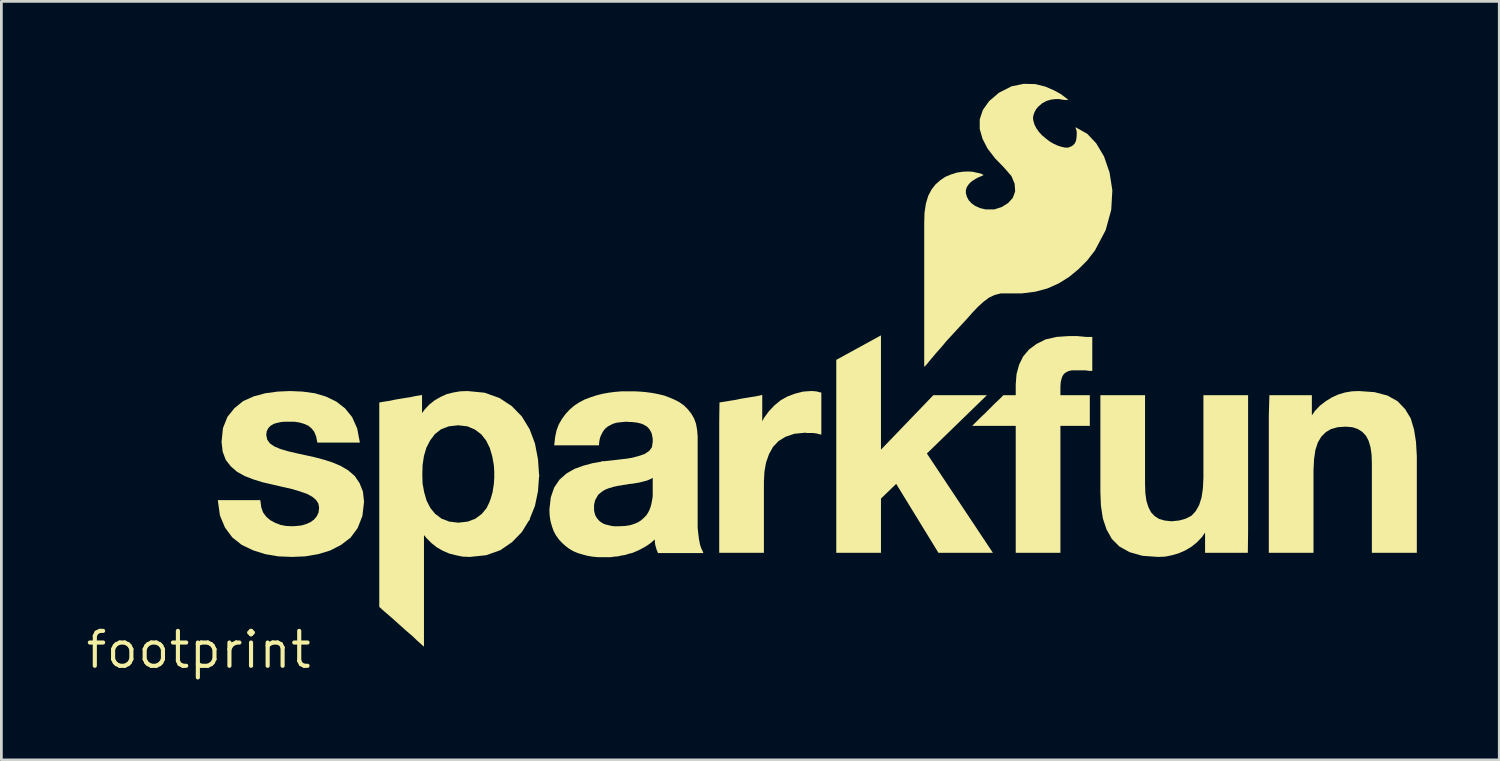
<source format=kicad_pcb>
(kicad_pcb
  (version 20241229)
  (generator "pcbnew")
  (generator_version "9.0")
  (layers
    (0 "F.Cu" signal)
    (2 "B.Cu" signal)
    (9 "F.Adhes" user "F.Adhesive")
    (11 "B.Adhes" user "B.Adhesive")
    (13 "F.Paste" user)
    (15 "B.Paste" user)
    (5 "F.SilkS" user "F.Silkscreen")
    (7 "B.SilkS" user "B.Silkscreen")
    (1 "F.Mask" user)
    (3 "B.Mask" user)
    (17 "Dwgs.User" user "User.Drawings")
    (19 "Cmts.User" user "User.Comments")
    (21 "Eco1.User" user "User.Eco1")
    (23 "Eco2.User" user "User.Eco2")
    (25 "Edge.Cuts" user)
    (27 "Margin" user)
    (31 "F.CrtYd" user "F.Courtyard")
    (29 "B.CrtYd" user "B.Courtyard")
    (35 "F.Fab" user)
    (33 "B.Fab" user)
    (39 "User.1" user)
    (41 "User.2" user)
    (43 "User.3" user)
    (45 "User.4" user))
  (footprint "footprint"
    (layer "F.Cu")
    (at 4.18 20.598)
    (property "Reference" "footprint" (at 0 0 0) (layer "F.SilkS") (effects (font (size 1.27 1.27) (thickness 0.15))))
    (fp_poly (pts (xy 12.391 -6.377) (xy 12.348 -5.775) (xy 12.237 -5.239) (xy 12.02 -4.698) (xy 10.594 -5.39) (xy 10.693 -5.728) (xy 10.742 -6.044) (xy 10.764 -6.419)) (stroke (width 0) (type solid)) (fill yes) (layer "F.SilkS"))
    (fp_poly (pts (xy 24.828 -7.285) (xy 26.734 -9.268) (xy 28.684 -9.268) (xy 26.499 -7.145) (xy 28.901 -3.532) (xy 26.919 -3.532) (xy 25.382 -6.04) (xy 24.828 -5.504) (xy 24.828 -3.532) (xy 23.202 -3.532) (xy 23.202 -10.553) (xy 24.828 -11.444)) (stroke (width 0) (type solid)) (fill yes) (layer "F.SilkS"))
    (fp_poly (pts (xy 15.956 -6.081) (xy 15.826 -6.052) (xy 15.734 -6.042) (xy 15.646 -6.032) (xy 15.546 -6.012) (xy 15.456 -6.002) (xy 15.366 -5.982) (xy 15.276 -5.972) (xy 15.099 -5.933) (xy 14.985 -5.905) (xy 14.658 -6.853) (xy 15.066 -6.898) (xy 15.405 -6.938) (xy 15.749 -6.982)) (stroke (width 0) (type solid)) (fill yes) (layer "F.SilkS"))
    (fp_poly (pts (xy 32.084 -11.408) (xy 32.184 -11.398) (xy 32.282 -11.388) (xy 32.518 -11.388) (xy 32.518 -10.152) (xy 32.407 -10.152) (xy 32.335 -10.162) (xy 32.267 -10.172) (xy 31.774 -10.172) (xy 31.653 -10.144) (xy 31.56 -10.097) (xy 31.488 -10.043) (xy 31.434 -9.963) (xy 31.397 -9.859) (xy 31.368 -9.725) (xy 31.358 -9.569) (xy 31.358 -9.268) (xy 32.428 -9.268) (xy 32.428 -8.152) (xy 31.358 -8.152) (xy 31.358 -3.532) (xy 29.732 -3.532) (xy 29.732 -8.152) (xy 28.148 -8.152) (xy 28.474 -8.477) (xy 28.614 -8.607) (xy 29.004 -8.997) (xy 29.144 -9.127) (xy 29.284 -9.268) (xy 29.732 -9.268) (xy 29.732 -9.662) (xy 29.762 -10.037) (xy 29.854 -10.373) (xy 29.998 -10.671) (xy 30.214 -10.928) (xy 30.49 -11.133) (xy 30.817 -11.296) (xy 31.214 -11.388) (xy 31.659 -11.418) (xy 31.972 -11.418)) (stroke (width 0) (type solid)) (fill yes) (layer "F.SilkS"))
    (fp_poly (pts (xy 22.424 -9.408) (xy 22.465 -9.408) (xy 22.509 -9.397) (xy 22.589 -9.377) (xy 22.658 -9.36) (xy 22.658 -7.834) (xy 22.561 -7.853) (xy 22.492 -7.873) (xy 22.357 -7.892) (xy 22.137 -7.892) (xy 22.069 -7.902) (xy 21.678 -7.863) (xy 21.356 -7.755) (xy 21.104 -7.6) (xy 20.901 -7.387) (xy 20.755 -7.124) (xy 20.647 -6.82) (xy 20.588 -6.486) (xy 20.568 -6.119) (xy 20.568 -3.532) (xy 18.942 -3.532) (xy 18.942 -8.29) (xy 18.952 -9.003) (xy 19.174 -9.038) (xy 19.354 -9.068) (xy 19.543 -9.097) (xy 19.723 -9.137) (xy 19.914 -9.168) (xy 20.094 -9.198) (xy 20.283 -9.227) (xy 20.508 -9.277) (xy 20.508 -8.317) (xy 20.578 -8.45) (xy 20.751 -8.685) (xy 20.954 -8.898) (xy 21.178 -9.082) (xy 21.434 -9.225) (xy 21.709 -9.326) (xy 21.994 -9.398) (xy 22.279 -9.418) (xy 22.374 -9.418)) (stroke (width 0) (type solid)) (fill yes) (layer "F.SilkS"))
    (fp_poly (pts (xy 34.438 -6.031) (xy 34.448 -5.713) (xy 34.487 -5.428) (xy 34.556 -5.204) (xy 34.652 -5.012) (xy 34.785 -4.869) (xy 34.946 -4.765) (xy 35.147 -4.707) (xy 35.4 -4.678) (xy 35.683 -4.708) (xy 35.926 -4.776) (xy 36.127 -4.881) (xy 36.279 -5.043) (xy 36.405 -5.265) (xy 36.493 -5.539) (xy 36.542 -5.864) (xy 36.562 -6.261) (xy 36.562 -9.268) (xy 38.188 -9.268) (xy 38.188 -4.28) (xy 38.178 -3.532) (xy 36.622 -3.532) (xy 36.622 -4.267) (xy 36.51 -4.106) (xy 36.326 -3.912) (xy 36.122 -3.749) (xy 35.897 -3.616) (xy 35.663 -3.514) (xy 35.419 -3.443) (xy 35.165 -3.392) (xy 34.909 -3.382) (xy 34.343 -3.422) (xy 33.875 -3.555) (xy 33.507 -3.759) (xy 33.229 -4.037) (xy 33.035 -4.385) (xy 32.903 -4.781) (xy 32.832 -5.246) (xy 32.812 -5.749) (xy 32.812 -9.268) (xy 34.438 -9.268)) (stroke (width 0) (type solid)) (fill yes) (layer "F.SilkS"))
    (fp_poly (pts (xy 42.786 -9.378) (xy 43.254 -9.256) (xy 43.623 -9.051) (xy 43.9 -8.763) (xy 44.105 -8.426) (xy 44.227 -8.018) (xy 44.298 -7.564) (xy 44.328 -7.051) (xy 44.328 -3.532) (xy 42.692 -3.532) (xy 42.692 -6.769) (xy 42.682 -7.097) (xy 42.643 -7.372) (xy 42.574 -7.606) (xy 42.479 -7.788) (xy 42.345 -7.931) (xy 42.183 -8.035) (xy 41.982 -8.102) (xy 41.74 -8.122) (xy 41.446 -8.102) (xy 41.205 -8.035) (xy 41.014 -7.92) (xy 40.85 -7.756) (xy 40.725 -7.544) (xy 40.637 -7.271) (xy 40.588 -6.936) (xy 40.568 -6.539) (xy 40.568 -3.532) (xy 38.942 -3.532) (xy 38.942 -8.521) (xy 38.963 -9.268) (xy 40.508 -9.268) (xy 40.508 -8.533) (xy 40.62 -8.694) (xy 40.804 -8.888) (xy 41.018 -9.051) (xy 41.232 -9.184) (xy 41.477 -9.296) (xy 41.722 -9.367) (xy 41.966 -9.408) (xy 42.221 -9.418)) (stroke (width 0) (type solid)) (fill yes) (layer "F.SilkS"))
    (fp_poly (pts (xy 10.408 -9.357) (xy 10.947 -9.164) (xy 11.394 -8.87) (xy 11.76 -8.493) (xy 12.044 -8.027) (xy 12.237 -7.51) (xy 12.348 -6.935) (xy 12.391 -6.301) (xy 10.764 -6.343) (xy 10.742 -6.715) (xy 10.683 -7.041) (xy 10.594 -7.346) (xy 10.458 -7.62) (xy 10.283 -7.843) (xy 10.051 -8.017) (xy 9.78 -8.133) (xy 9.44 -8.172) (xy 9.099 -8.133) (xy 8.819 -8.026) (xy 8.597 -7.853) (xy 8.422 -7.62) (xy 8.286 -7.356) (xy 8.197 -7.052) (xy 8.148 -6.727) (xy 8.138 -6.38) (xy 8.148 -6.044) (xy 8.207 -5.729) (xy 8.296 -5.424) (xy 8.432 -5.161) (xy 8.607 -4.948) (xy 8.839 -4.774) (xy 9.119 -4.667) (xy 9.45 -4.628) (xy 9.791 -4.667) (xy 10.071 -4.774) (xy 10.303 -4.948) (xy 10.478 -5.161) (xy 10.622 -5.461) (xy 12.054 -4.766) (xy 11.76 -4.286) (xy 11.405 -3.921) (xy 10.977 -3.626) (xy 10.458 -3.443) (xy 9.871 -3.382) (xy 9.605 -3.392) (xy 9.361 -3.443) (xy 9.118 -3.504) (xy 8.883 -3.606) (xy 8.669 -3.728) (xy 8.475 -3.881) (xy 8.302 -4.054) (xy 8.198 -4.177) (xy 8.198 -0.115) (xy 7.944 -0.342) (xy 7.755 -0.522) (xy 7.555 -0.691) (xy 7.365 -0.862) (xy 7.165 -1.042) (xy 6.975 -1.211) (xy 6.775 -1.381) (xy 6.572 -1.563) (xy 6.572 -9.002) (xy 6.784 -9.038) (xy 6.973 -9.067) (xy 7.153 -9.107) (xy 7.344 -9.138) (xy 7.524 -9.168) (xy 7.713 -9.197) (xy 7.893 -9.237) (xy 8.128 -9.275) (xy 8.128 -8.615) (xy 8.221 -8.744) (xy 8.394 -8.928) (xy 8.589 -9.082) (xy 8.803 -9.204) (xy 9.027 -9.306) (xy 9.272 -9.367) (xy 9.516 -9.408) (xy 9.781 -9.418)) (stroke (width 0) (type solid)) (fill yes) (layer "F.SilkS"))
    (fp_poly (pts (xy 3.783 -9.398) (xy 4.228 -9.337) (xy 4.634 -9.216) (xy 5.01 -9.033) (xy 5.327 -8.787) (xy 5.583 -8.47) (xy 5.767 -8.062) (xy 5.866 -7.542) (xy 4.319 -7.542) (xy 4.273 -7.769) (xy 4.207 -7.931) (xy 4.112 -8.054) (xy 3.99 -8.157) (xy 3.837 -8.224) (xy 3.672 -8.273) (xy 3.487 -8.302) (xy 3.151 -8.302) (xy 3.005 -8.292) (xy 2.869 -8.263) (xy 2.735 -8.225) (xy 2.623 -8.16) (xy 2.541 -8.077) (xy 2.477 -7.958) (xy 2.459 -7.821) (xy 2.496 -7.646) (xy 2.597 -7.508) (xy 2.768 -7.394) (xy 2.983 -7.306) (xy 3.25 -7.227) (xy 3.548 -7.157) (xy 3.868 -7.087) (xy 4.189 -7.017) (xy 4.531 -6.927) (xy 4.853 -6.826) (xy 5.167 -6.694) (xy 5.442 -6.531) (xy 5.679 -6.326) (xy 5.854 -6.068) (xy 5.977 -5.759) (xy 6.018 -5.39) (xy 5.957 -4.871) (xy 5.784 -4.431) (xy 5.527 -4.083) (xy 5.18 -3.818) (xy 4.784 -3.615) (xy 4.349 -3.483) (xy 3.874 -3.402) (xy 3.39 -3.382) (xy 2.896 -3.402) (xy 2.421 -3.483) (xy 1.976 -3.624) (xy 1.57 -3.817) (xy 1.222 -4.093) (xy 0.957 -4.451) (xy 0.773 -4.89) (xy 0.696 -5.448) (xy 2.243 -5.448) (xy 2.277 -5.189) (xy 2.344 -4.998) (xy 2.458 -4.846) (xy 2.602 -4.721) (xy 2.776 -4.625) (xy 2.98 -4.547) (xy 3.184 -4.508) (xy 3.41 -4.498) (xy 3.567 -4.508) (xy 3.742 -4.527) (xy 3.907 -4.576) (xy 4.061 -4.643) (xy 4.194 -4.738) (xy 4.298 -4.861) (xy 4.363 -5) (xy 4.382 -5.178) (xy 4.354 -5.326) (xy 4.271 -5.455) (xy 4.138 -5.569) (xy 3.944 -5.675) (xy 3.688 -5.764) (xy 3.39 -5.853) (xy 3.041 -5.933) (xy 2.651 -6.023) (xy 2.31 -6.103) (xy 1.987 -6.204) (xy 1.674 -6.325) (xy 1.398 -6.479) (xy 1.172 -6.674) (xy 0.986 -6.911) (xy 0.873 -7.211) (xy 0.832 -7.57) (xy 0.883 -8.069) (xy 1.047 -8.479) (xy 1.303 -8.797) (xy 1.62 -9.053) (xy 2.007 -9.226) (xy 2.422 -9.337) (xy 2.867 -9.398) (xy 3.33 -9.418)) (stroke (width 0) (type solid)) (fill yes) (layer "F.SilkS"))
    (fp_poly (pts (xy 30.445 -20.588) (xy 30.812 -20.496) (xy 31.117 -20.364) (xy 31.36 -20.232) (xy 31.513 -20.12) (xy 31.649 -20.012) (xy 31.508 -20.012) (xy 31.424 -20.022) (xy 31.317 -20.042) (xy 31.172 -20.042) (xy 31.018 -20.023) (xy 30.854 -19.975) (xy 30.692 -19.888) (xy 30.548 -19.763) (xy 30.472 -19.669) (xy 30.415 -19.564) (xy 30.377 -19.46) (xy 30.359 -19.35) (xy 30.377 -19.239) (xy 30.415 -19.114) (xy 30.483 -18.98) (xy 30.58 -18.844) (xy 30.686 -18.728) (xy 30.814 -18.62) (xy 30.952 -18.511) (xy 31.098 -18.424) (xy 31.244 -18.355) (xy 31.39 -18.307) (xy 31.524 -18.278) (xy 31.643 -18.278) (xy 31.78 -18.333) (xy 31.87 -18.414) (xy 31.923 -18.513) (xy 31.942 -18.625) (xy 31.952 -18.742) (xy 31.952 -18.837) (xy 31.943 -18.901) (xy 31.903 -19.021) (xy 32.334 -18.78) (xy 32.661 -18.433) (xy 32.945 -17.956) (xy 33.147 -17.369) (xy 33.248 -16.722) (xy 33.208 -16.014) (xy 33.006 -15.276) (xy 32.612 -14.529) (xy 32.329 -14.165) (xy 32.016 -13.852) (xy 31.672 -13.569) (xy 31.298 -13.336) (xy 30.893 -13.154) (xy 30.447 -13.033) (xy 29.962 -12.972) (xy 29.195 -12.972) (xy 28.963 -12.914) (xy 28.76 -12.817) (xy 28.564 -12.671) (xy 28.367 -12.493) (xy 28.158 -12.274) (xy 27.928 -12.014) (xy 27.668 -11.734) (xy 27.209 -11.235) (xy 27.009 -10.995) (xy 26.829 -10.795) (xy 26.679 -10.615) (xy 26.57 -10.486) (xy 26.499 -10.395) (xy 26.402 -10.298) (xy 26.402 -15.521) (xy 26.412 -15.903) (xy 26.463 -16.238) (xy 26.545 -16.514) (xy 26.668 -16.751) (xy 26.812 -16.936) (xy 26.987 -17.09) (xy 27.172 -17.214) (xy 27.367 -17.296) (xy 27.591 -17.367) (xy 27.796 -17.398) (xy 27.99 -17.408) (xy 28.165 -17.398) (xy 28.298 -17.367) (xy 28.399 -17.347) (xy 28.474 -17.326) (xy 28.565 -17.28) (xy 28.476 -17.235) (xy 28.425 -17.215) (xy 28.357 -17.186) (xy 28.269 -17.137) (xy 28.172 -17.079) (xy 28.086 -17.012) (xy 28.01 -16.927) (xy 27.955 -16.843) (xy 27.918 -16.734) (xy 27.918 -16.615) (xy 27.956 -16.484) (xy 28.021 -16.362) (xy 28.125 -16.249) (xy 28.259 -16.153) (xy 28.432 -16.076) (xy 28.634 -16.028) (xy 28.954 -16.028) (xy 29.224 -16.115) (xy 29.455 -16.259) (xy 29.627 -16.45) (xy 29.711 -16.685) (xy 29.692 -16.961) (xy 29.577 -17.24) (xy 29.312 -17.544) (xy 28.981 -17.885) (xy 28.708 -18.239) (xy 28.524 -18.596) (xy 28.422 -18.955) (xy 28.422 -19.306) (xy 28.536 -19.647) (xy 28.762 -19.966) (xy 29.119 -20.272) (xy 29.577 -20.506) (xy 30.027 -20.598)) (stroke (width 0) (type solid)) (fill yes) (layer "F.SilkS"))
    (fp_poly (pts (xy 16.063 -9.398) (xy 16.284 -9.378) (xy 16.506 -9.348) (xy 16.718 -9.307) (xy 16.931 -9.257) (xy 17.124 -9.185) (xy 17.316 -9.104) (xy 17.49 -9.013) (xy 17.654 -8.899) (xy 17.798 -8.755) (xy 17.921 -8.602) (xy 18.025 -8.426) (xy 18.097 -8.23) (xy 18.138 -8.005) (xy 18.158 -7.762) (xy 18.158 -4.442) (xy 18.168 -4.344) (xy 18.178 -4.254) (xy 18.188 -4.174) (xy 18.198 -4.084) (xy 18.208 -4.007) (xy 18.227 -3.927) (xy 18.237 -3.858) (xy 18.256 -3.791) (xy 18.295 -3.676) (xy 18.324 -3.627) (xy 18.366 -3.522) (xy 16.713 -3.522) (xy 16.695 -3.575) (xy 16.675 -3.615) (xy 16.664 -3.648) (xy 16.653 -3.679) (xy 16.643 -3.719) (xy 16.633 -3.749) (xy 16.623 -3.789) (xy 16.612 -3.824) (xy 16.612 -3.855) (xy 16.602 -3.895) (xy 16.602 -3.964) (xy 16.592 -3.994) (xy 16.592 -4.018) (xy 16.556 -3.982) (xy 16.464 -3.9) (xy 16.351 -3.818) (xy 16.239 -3.747) (xy 16.128 -3.687) (xy 16.016 -3.626) (xy 15.895 -3.575) (xy 15.772 -3.524) (xy 15.64 -3.493) (xy 15.519 -3.453) (xy 15.387 -3.433) (xy 15.256 -3.402) (xy 15.124 -3.392) (xy 14.993 -3.372) (xy 14.528 -3.372) (xy 14.325 -3.392) (xy 14.142 -3.423) (xy 13.96 -3.473) (xy 13.787 -3.524) (xy 13.622 -3.596) (xy 13.469 -3.688) (xy 13.335 -3.791) (xy 13.213 -3.903) (xy 13.1 -4.026) (xy 12.998 -4.17) (xy 12.915 -4.325) (xy 12.854 -4.499) (xy 12.803 -4.682) (xy 12.772 -4.886) (xy 12.762 -5.101) (xy 12.813 -5.548) (xy 12.936 -5.907) (xy 13.131 -6.195) (xy 13.388 -6.421) (xy 13.674 -6.585) (xy 14.009 -6.706) (xy 14.352 -6.797) (xy 14.735 -6.863) (xy 15.059 -5.926) (xy 14.933 -5.884) (xy 14.854 -5.855) (xy 14.787 -5.826) (xy 14.721 -5.788) (xy 14.653 -5.74) (xy 14.54 -5.645) (xy 14.426 -5.446) (xy 14.388 -5.276) (xy 14.388 -5.074) (xy 14.407 -4.989) (xy 14.426 -4.913) (xy 14.463 -4.839) (xy 14.501 -4.783) (xy 14.548 -4.726) (xy 14.595 -4.679) (xy 14.661 -4.632) (xy 14.727 -4.594) (xy 14.792 -4.566) (xy 14.949 -4.527) (xy 15.036 -4.508) (xy 15.122 -4.498) (xy 15.299 -4.498) (xy 15.516 -4.508) (xy 15.701 -4.537) (xy 15.857 -4.586) (xy 15.992 -4.644) (xy 16.107 -4.72) (xy 16.204 -4.808) (xy 16.29 -4.894) (xy 16.357 -4.999) (xy 16.405 -5.095) (xy 16.444 -5.202) (xy 16.473 -5.308) (xy 16.493 -5.417) (xy 16.512 -5.516) (xy 16.522 -5.602) (xy 16.522 -6.262) (xy 16.468 -6.226) (xy 16.395 -6.195) (xy 16.323 -6.164) (xy 16.25 -6.143) (xy 16.169 -6.123) (xy 16.089 -6.103) (xy 16.007 -6.082) (xy 15.88 -6.068) (xy 15.675 -6.968) (xy 15.989 -7.047) (xy 16.223 -7.125) (xy 16.393 -7.238) (xy 16.494 -7.375) (xy 16.522 -7.573) (xy 16.522 -7.686) (xy 16.484 -7.878) (xy 16.446 -7.952) (xy 16.409 -8.018) (xy 16.362 -8.074) (xy 16.307 -8.129) (xy 16.174 -8.205) (xy 16.099 -8.234) (xy 16.021 -8.253) (xy 15.934 -8.272) (xy 15.758 -8.292) (xy 15.658 -8.292) (xy 15.56 -8.302) (xy 15.344 -8.282) (xy 15.246 -8.272) (xy 15.16 -8.253) (xy 15.075 -8.225) (xy 14.919 -8.147) (xy 14.863 -8.11) (xy 14.797 -8.053) (xy 14.75 -7.997) (xy 14.703 -7.93) (xy 14.626 -7.776) (xy 14.597 -7.681) (xy 14.578 -7.585) (xy 14.565 -7.442) (xy 12.937 -7.442) (xy 12.972 -7.746) (xy 13.023 -7.991) (xy 13.105 -8.206) (xy 13.218 -8.401) (xy 13.351 -8.584) (xy 13.493 -8.737) (xy 13.657 -8.88) (xy 13.841 -9.003) (xy 14.034 -9.105) (xy 14.247 -9.186) (xy 14.459 -9.257) (xy 14.692 -9.317) (xy 14.924 -9.358) (xy 15.156 -9.388) (xy 15.398 -9.408) (xy 15.851 -9.408)) (stroke (width 0) (type solid)) (fill yes) (layer "F.SilkS")))
  (gr_rect
    (start -3 -3)
    (end 51.508 24.604)
    (stroke (width 0.1) (type default))
    (fill no)
    (layer "Edge.Cuts")))
</source>
